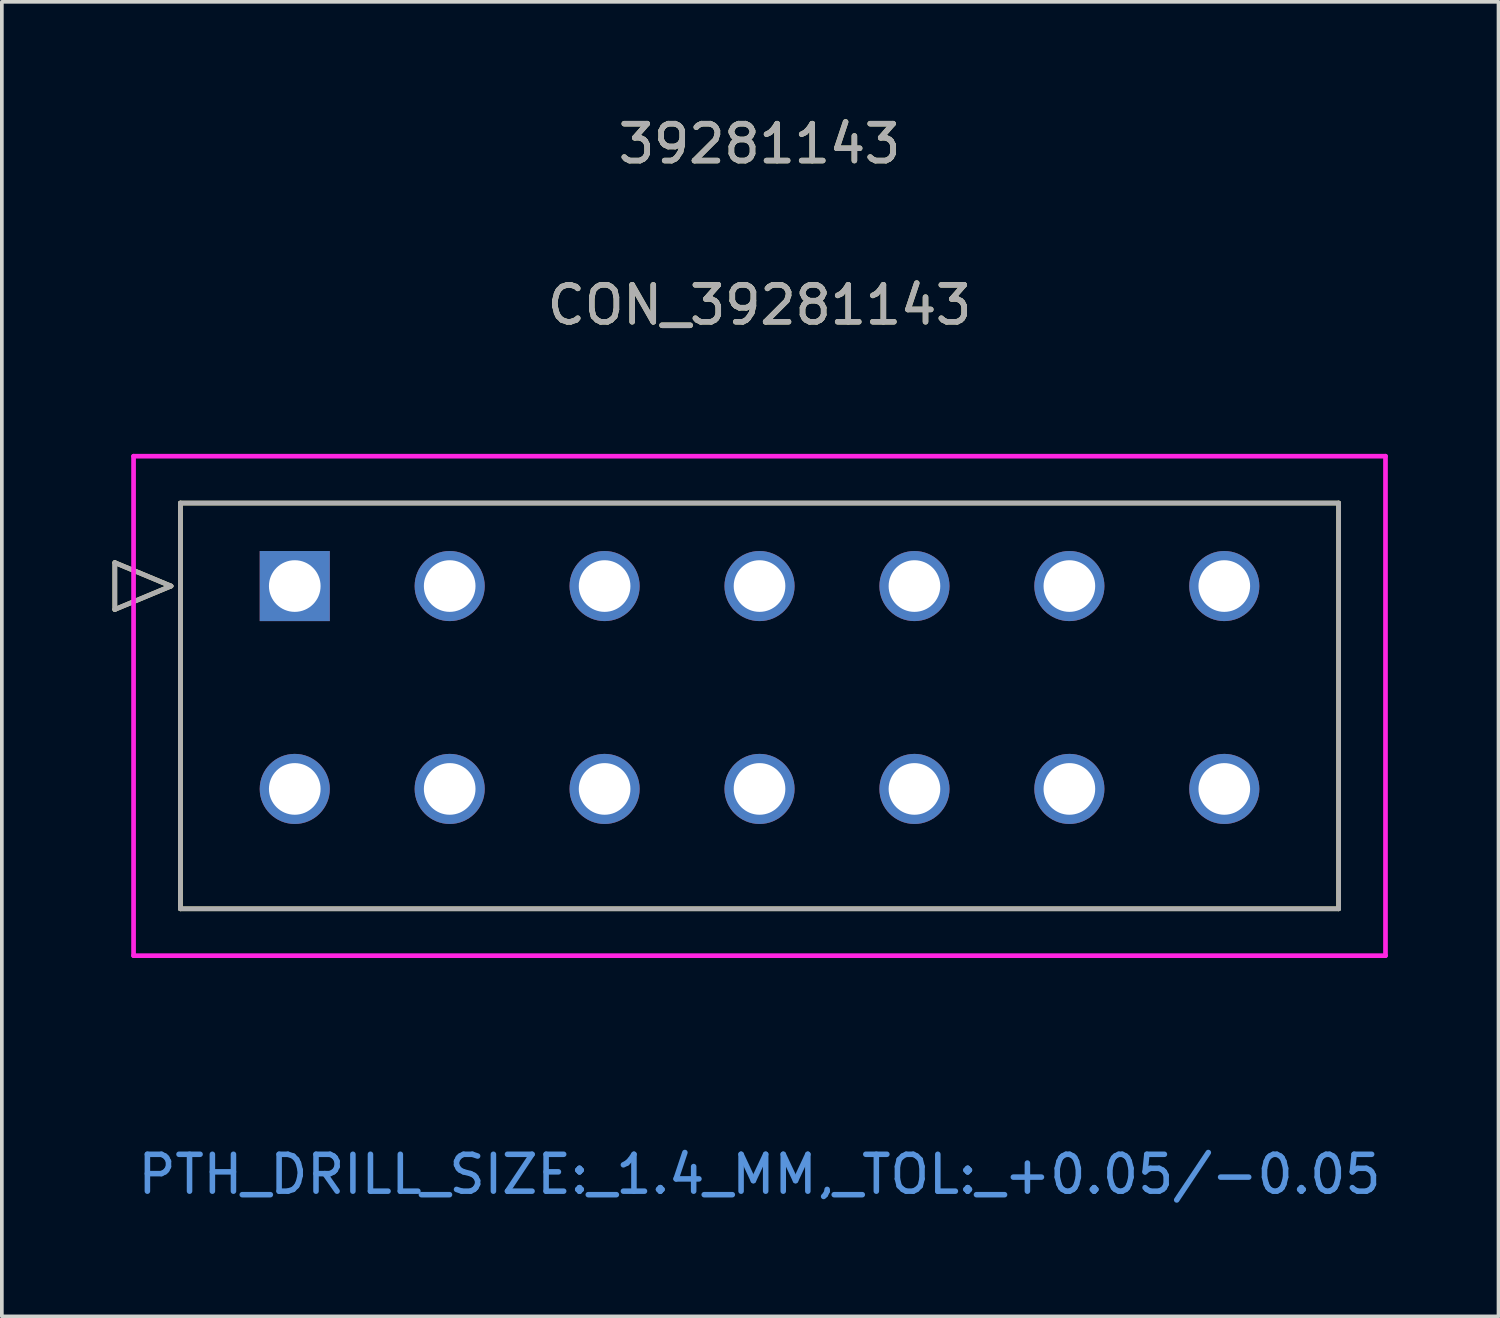
<source format=kicad_pcb>
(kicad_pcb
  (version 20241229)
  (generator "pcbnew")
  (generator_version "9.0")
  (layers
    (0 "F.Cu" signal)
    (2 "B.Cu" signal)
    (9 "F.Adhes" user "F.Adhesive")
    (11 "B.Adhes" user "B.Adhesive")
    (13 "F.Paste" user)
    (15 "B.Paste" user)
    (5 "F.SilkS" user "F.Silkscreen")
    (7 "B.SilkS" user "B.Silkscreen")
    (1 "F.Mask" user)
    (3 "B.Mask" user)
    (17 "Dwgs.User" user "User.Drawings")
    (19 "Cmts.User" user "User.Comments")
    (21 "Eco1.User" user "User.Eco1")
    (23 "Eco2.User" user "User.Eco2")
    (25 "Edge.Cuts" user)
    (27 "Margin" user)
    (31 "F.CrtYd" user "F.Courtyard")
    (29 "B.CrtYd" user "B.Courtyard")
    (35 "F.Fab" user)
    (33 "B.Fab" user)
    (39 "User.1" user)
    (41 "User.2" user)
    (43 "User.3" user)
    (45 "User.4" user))
  (footprint "CON_39281143"
    (layer "F.Cu")
    (at 4.941 12.838)
    (property "Reference" "CON_39281143" (at 12.6 -7.62 0) (unlocked yes) (layer "F.SilkS") (effects (font (size 1 1) (thickness 0.15))))
    (attr through_hole)
    (fp_line (start -4.878 -0.635) (end -4.878 0.635) (stroke (width 0.127) (type solid)) (layer "F.SilkS"))
    (fp_line (start -4.878 0.635) (end -3.354 0) (stroke (width 0.127) (type solid)) (layer "F.SilkS"))
    (fp_line (start -3.354 0) (end -4.878 -0.635) (stroke (width 0.127) (type solid)) (layer "F.SilkS"))
    (fp_line (start -3.1 -2.25) (end -3.1 8.75) (stroke (width 0.127) (type solid)) (layer "F.SilkS"))
    (fp_line (start -3.1 8.75) (end 28.3 8.75) (stroke (width 0.127) (type solid)) (layer "F.SilkS"))
    (fp_line (start 28.3 -2.25) (end -3.1 -2.25) (stroke (width 0.127) (type solid)) (layer "F.SilkS"))
    (fp_line (start 28.3 8.75) (end 28.3 -2.25) (stroke (width 0.127) (type solid)) (layer "F.SilkS"))
    (fp_line (start -4.37 -3.52) (end -4.37 10.02) (stroke (width 0.127) (type solid)) (layer "F.CrtYd"))
    (fp_line (start -4.37 10.02) (end 29.57 10.02) (stroke (width 0.127) (type solid)) (layer "F.CrtYd"))
    (fp_line (start 29.57 -3.52) (end -4.37 -3.52) (stroke (width 0.127) (type solid)) (layer "F.CrtYd"))
    (fp_line (start 29.57 10.02) (end 29.57 -3.52) (stroke (width 0.127) (type solid)) (layer "F.CrtYd"))
    (fp_line (start -4.878 -0.635) (end -4.878 0.635) (stroke (width 0.127) (type solid)) (layer "F.Fab"))
    (fp_line (start -4.878 0.635) (end -3.354 0) (stroke (width 0.127) (type solid)) (layer "F.Fab"))
    (fp_line (start -3.354 0) (end -4.878 -0.635) (stroke (width 0.127) (type solid)) (layer "F.Fab"))
    (fp_line (start -3.1 -2.25) (end -3.1 8.75) (stroke (width 0.127) (type solid)) (layer "F.Fab"))
    (fp_line (start -3.1 8.75) (end 28.3 8.75) (stroke (width 0.127) (type solid)) (layer "F.Fab"))
    (fp_line (start 28.3 -2.25) (end -3.1 -2.25) (stroke (width 0.127) (type solid)) (layer "F.Fab"))
    (fp_line (start 28.3 8.75) (end 28.3 -2.25) (stroke (width 0.127) (type solid)) (layer "F.Fab"))
    (fp_text user "39281143" (at 12.6 -11.99 0) (unlocked yes) (layer "F.SilkS") (effects (font (size 1 1) (thickness 0.15))))
    (fp_text user "PTH_DRILL_SIZE:_1.4_MM,_TOL:_+0.05/-0.05" (at 12.6 15.95 0) (unlocked yes) (layer "Cmts.User") (effects (font (size 1 1) (thickness 0.15))))
    (fp_text user "${REFERENCE}" (at 12.6 -7.62 0) (unlocked yes) (layer "F.Fab") (effects (font (size 1 1) (thickness 0.15))))
    (fp_text user "39281143" (at 12.6 -11.99 0) (unlocked yes) (layer "F.Fab") (effects (font (size 1 1) (thickness 0.15))))
    (pad "1" thru_hole rect (at 0 0) (size 1.9 1.9) (drill 1.4) (layers "*.Cu" "*.Mask"))
    (pad "2" thru_hole circle (at 4.2 0) (size 1.9 1.9) (drill 1.4) (layers "*.Cu" "*.Mask"))
    (pad "3" thru_hole circle (at 8.4 0) (size 1.9 1.9) (drill 1.4) (layers "*.Cu" "*.Mask"))
    (pad "4" thru_hole circle (at 12.6 0) (size 1.9 1.9) (drill 1.4) (layers "*.Cu" "*.Mask"))
    (pad "5" thru_hole circle (at 16.8 0) (size 1.9 1.9) (drill 1.4) (layers "*.Cu" "*.Mask"))
    (pad "6" thru_hole circle (at 21 0) (size 1.9 1.9) (drill 1.4) (layers "*.Cu" "*.Mask"))
    (pad "7" thru_hole circle (at 25.2 0) (size 1.9 1.9) (drill 1.4) (layers "*.Cu" "*.Mask"))
    (pad "8" thru_hole circle (at 0 5.5) (size 1.9 1.9) (drill 1.4) (layers "*.Cu" "*.Mask"))
    (pad "9" thru_hole circle (at 4.2 5.5) (size 1.9 1.9) (drill 1.4) (layers "*.Cu" "*.Mask"))
    (pad "10" thru_hole circle (at 8.4 5.5) (size 1.9 1.9) (drill 1.4) (layers "*.Cu" "*.Mask"))
    (pad "11" thru_hole circle (at 12.6 5.5) (size 1.9 1.9) (drill 1.4) (layers "*.Cu" "*.Mask"))
    (pad "12" thru_hole circle (at 16.8 5.5) (size 1.9 1.9) (drill 1.4) (layers "*.Cu" "*.Mask"))
    (pad "13" thru_hole circle (at 21 5.5) (size 1.9 1.9) (drill 1.4) (layers "*.Cu" "*.Mask"))
    (pad "14" thru_hole circle (at 25.2 5.5) (size 1.9 1.9) (drill 1.4) (layers "*.Cu" "*.Mask")))
  (gr_rect
    (start -3 -3)
    (end 37.575 32.637)
    (stroke (width 0.1) (type default))
    (fill no)
    (layer "Edge.Cuts")))
</source>
